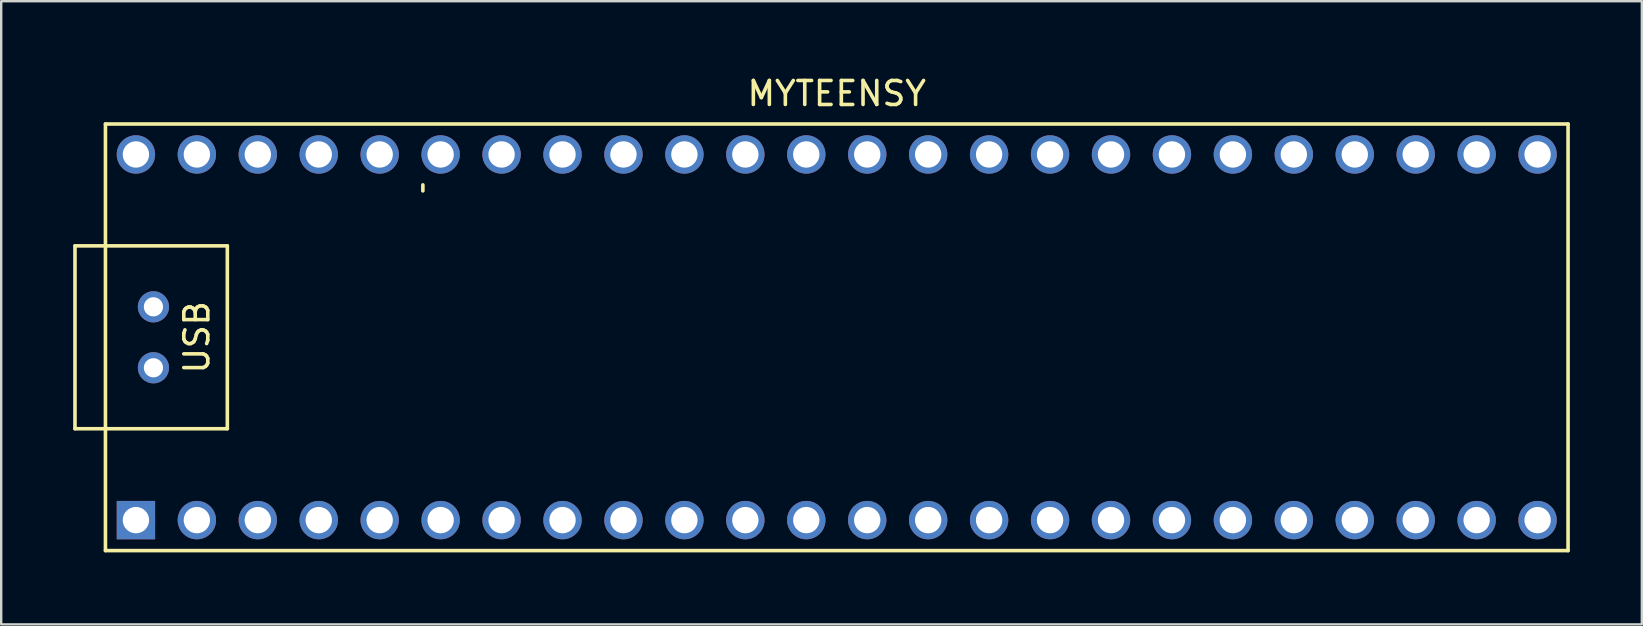
<source format=kicad_pcb>
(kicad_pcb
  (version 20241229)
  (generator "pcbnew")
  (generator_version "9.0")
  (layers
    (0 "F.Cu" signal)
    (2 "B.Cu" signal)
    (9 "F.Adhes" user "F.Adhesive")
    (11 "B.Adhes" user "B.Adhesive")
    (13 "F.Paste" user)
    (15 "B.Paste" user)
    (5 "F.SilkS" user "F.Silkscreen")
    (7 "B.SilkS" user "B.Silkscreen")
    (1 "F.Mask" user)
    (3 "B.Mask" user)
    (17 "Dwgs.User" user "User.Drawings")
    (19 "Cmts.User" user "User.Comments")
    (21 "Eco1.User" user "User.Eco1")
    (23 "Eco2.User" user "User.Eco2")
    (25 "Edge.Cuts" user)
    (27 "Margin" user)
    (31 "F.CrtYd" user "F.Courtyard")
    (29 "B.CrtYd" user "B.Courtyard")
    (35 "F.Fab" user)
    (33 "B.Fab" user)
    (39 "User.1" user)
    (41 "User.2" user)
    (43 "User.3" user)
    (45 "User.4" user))
  (footprint "MYTEENSY"
    (layer "F.Cu")
    (at 31.825 11.008)
    (property "Reference" "MYTEENSY" (at 0 -10.16 0) (layer "F.SilkS") (effects (font (size 1 1) (thickness 0.15))))
    (attr through_hole)
    (fp_line (start -31.75 -3.81) (end -30.48 -3.81) (stroke (width 0.15) (type solid)) (layer "F.SilkS"))
    (fp_line (start -31.75 3.81) (end -31.75 -3.81) (stroke (width 0.15) (type solid)) (layer "F.SilkS"))
    (fp_line (start -30.48 -8.89) (end 30.48 -8.89) (stroke (width 0.15) (type solid)) (layer "F.SilkS"))
    (fp_line (start -30.48 3.81) (end -31.75 3.81) (stroke (width 0.15) (type solid)) (layer "F.SilkS"))
    (fp_line (start -30.48 8.89) (end -30.48 -8.89) (stroke (width 0.15) (type solid)) (layer "F.SilkS"))
    (fp_line (start -25.4 -3.81) (end -30.48 -3.81) (stroke (width 0.15) (type solid)) (layer "F.SilkS"))
    (fp_line (start -25.4 3.81) (end -30.48 3.81) (stroke (width 0.15) (type solid)) (layer "F.SilkS"))
    (fp_line (start -25.4 3.81) (end -25.4 -3.81) (stroke (width 0.15) (type solid)) (layer "F.SilkS"))
    (fp_line (start -17.25 -6.352) (end -17.25 -6.102) (stroke (width 0.15) (type solid)) (layer "F.SilkS"))
    (fp_line (start 30.48 -8.89) (end 30.48 8.89) (stroke (width 0.15) (type solid)) (layer "F.SilkS"))
    (fp_line (start 30.48 8.89) (end -30.48 8.89) (stroke (width 0.15) (type solid)) (layer "F.SilkS"))
    (fp_text user "USB" (at -26.67 0 270) (layer "F.SilkS") (effects (font (size 1 1) (thickness 0.15))))
    (pad "1" thru_hole rect (at -29.21 7.62) (size 1.6 1.6) (drill 1.1) (layers "*.Cu" "*.Mask"))
    (pad "2" thru_hole circle (at -26.67 7.62) (size 1.6 1.6) (drill 1.1) (layers "*.Cu" "*.Mask"))
    (pad "3" thru_hole circle (at -24.13 7.62) (size 1.6 1.6) (drill 1.1) (layers "*.Cu" "*.Mask"))
    (pad "4" thru_hole circle (at -21.59 7.62) (size 1.6 1.6) (drill 1.1) (layers "*.Cu" "*.Mask"))
    (pad "5" thru_hole circle (at -19.05 7.62) (size 1.6 1.6) (drill 1.1) (layers "*.Cu" "*.Mask"))
    (pad "6" thru_hole circle (at -16.51 7.62) (size 1.6 1.6) (drill 1.1) (layers "*.Cu" "*.Mask"))
    (pad "7" thru_hole circle (at -13.97 7.62) (size 1.6 1.6) (drill 1.1) (layers "*.Cu" "*.Mask"))
    (pad "8" thru_hole circle (at -11.43 7.62) (size 1.6 1.6) (drill 1.1) (layers "*.Cu" "*.Mask"))
    (pad "9" thru_hole circle (at -8.89 7.62) (size 1.6 1.6) (drill 1.1) (layers "*.Cu" "*.Mask"))
    (pad "10" thru_hole circle (at -6.35 7.62) (size 1.6 1.6) (drill 1.1) (layers "*.Cu" "*.Mask"))
    (pad "11" thru_hole circle (at -3.81 7.62) (size 1.6 1.6) (drill 1.1) (layers "*.Cu" "*.Mask"))
    (pad "12" thru_hole circle (at -1.27 7.62) (size 1.6 1.6) (drill 1.1) (layers "*.Cu" "*.Mask"))
    (pad "13" thru_hole circle (at 1.27 7.62) (size 1.6 1.6) (drill 1.1) (layers "*.Cu" "*.Mask"))
    (pad "14" thru_hole circle (at 3.81 7.62) (size 1.6 1.6) (drill 1.1) (layers "*.Cu" "*.Mask"))
    (pad "15" thru_hole circle (at 6.35 7.62) (size 1.6 1.6) (drill 1.1) (layers "*.Cu" "*.Mask"))
    (pad "16" thru_hole circle (at 8.89 7.62) (size 1.6 1.6) (drill 1.1) (layers "*.Cu" "*.Mask"))
    (pad "17" thru_hole circle (at 11.43 7.62) (size 1.6 1.6) (drill 1.1) (layers "*.Cu" "*.Mask"))
    (pad "18" thru_hole circle (at 13.97 7.62) (size 1.6 1.6) (drill 1.1) (layers "*.Cu" "*.Mask"))
    (pad "19" thru_hole circle (at 16.51 7.62) (size 1.6 1.6) (drill 1.1) (layers "*.Cu" "*.Mask"))
    (pad "20" thru_hole circle (at 19.05 7.62) (size 1.6 1.6) (drill 1.1) (layers "*.Cu" "*.Mask"))
    (pad "21" thru_hole circle (at 21.59 7.62) (size 1.6 1.6) (drill 1.1) (layers "*.Cu" "*.Mask"))
    (pad "22" thru_hole circle (at 24.13 7.62) (size 1.6 1.6) (drill 1.1) (layers "*.Cu" "*.Mask"))
    (pad "23" thru_hole circle (at 26.67 7.62) (size 1.6 1.6) (drill 1.1) (layers "*.Cu" "*.Mask"))
    (pad "24" thru_hole circle (at 29.21 7.62) (size 1.6 1.6) (drill 1.1) (layers "*.Cu" "*.Mask"))
    (pad "25" thru_hole circle (at 29.21 -7.62) (size 1.6 1.6) (drill 1.1) (layers "*.Cu" "*.Mask"))
    (pad "26" thru_hole circle (at 26.67 -7.62) (size 1.6 1.6) (drill 1.1) (layers "*.Cu" "*.Mask"))
    (pad "27" thru_hole circle (at 24.13 -7.62) (size 1.6 1.6) (drill 1.1) (layers "*.Cu" "*.Mask"))
    (pad "28" thru_hole circle (at 21.59 -7.62) (size 1.6 1.6) (drill 1.1) (layers "*.Cu" "*.Mask"))
    (pad "29" thru_hole circle (at 19.05 -7.62) (size 1.6 1.6) (drill 1.1) (layers "*.Cu" "*.Mask"))
    (pad "30" thru_hole circle (at 16.51 -7.62) (size 1.6 1.6) (drill 1.1) (layers "*.Cu" "*.Mask"))
    (pad "31" thru_hole circle (at 13.97 -7.62) (size 1.6 1.6) (drill 1.1) (layers "*.Cu" "*.Mask"))
    (pad "32" thru_hole circle (at 11.43 -7.62) (size 1.6 1.6) (drill 1.1) (layers "*.Cu" "*.Mask"))
    (pad "33" thru_hole circle (at 8.89 -7.62) (size 1.6 1.6) (drill 1.1) (layers "*.Cu" "*.Mask"))
    (pad "34" thru_hole circle (at 6.35 -7.62) (size 1.6 1.6) (drill 1.1) (layers "*.Cu" "*.Mask"))
    (pad "35" thru_hole circle (at 3.81 -7.62) (size 1.6 1.6) (drill 1.1) (layers "*.Cu" "*.Mask"))
    (pad "36" thru_hole circle (at 1.27 -7.62) (size 1.6 1.6) (drill 1.1) (layers "*.Cu" "*.Mask"))
    (pad "37" thru_hole circle (at -1.27 -7.62) (size 1.6 1.6) (drill 1.1) (layers "*.Cu" "*.Mask"))
    (pad "38" thru_hole circle (at -3.81 -7.62) (size 1.6 1.6) (drill 1.1) (layers "*.Cu" "*.Mask"))
    (pad "39" thru_hole circle (at -6.35 -7.62) (size 1.6 1.6) (drill 1.1) (layers "*.Cu" "*.Mask"))
    (pad "40" thru_hole circle (at -8.89 -7.62) (size 1.6 1.6) (drill 1.1) (layers "*.Cu" "*.Mask"))
    (pad "41" thru_hole circle (at -11.43 -7.62) (size 1.6 1.6) (drill 1.1) (layers "*.Cu" "*.Mask"))
    (pad "42" thru_hole circle (at -13.97 -7.62) (size 1.6 1.6) (drill 1.1) (layers "*.Cu" "*.Mask"))
    (pad "43" thru_hole circle (at -16.51 -7.62) (size 1.6 1.6) (drill 1.1) (layers "*.Cu" "*.Mask"))
    (pad "44" thru_hole circle (at -19.05 -7.62) (size 1.6 1.6) (drill 1.1) (layers "*.Cu" "*.Mask"))
    (pad "45" thru_hole circle (at -21.59 -7.62) (size 1.6 1.6) (drill 1.1) (layers "*.Cu" "*.Mask"))
    (pad "46" thru_hole circle (at -24.13 -7.62) (size 1.6 1.6) (drill 1.1) (layers "*.Cu" "*.Mask"))
    (pad "47" thru_hole circle (at -26.67 -7.62) (size 1.6 1.6) (drill 1.1) (layers "*.Cu" "*.Mask"))
    (pad "48" thru_hole circle (at -29.21 -7.62) (size 1.6 1.6) (drill 1.1) (layers "*.Cu" "*.Mask"))
    (pad "66" thru_hole circle (at -28.48 -1.27) (size 1.3 1.3) (drill 0.8) (layers "*.Cu" "*.Mask"))
    (pad "67" thru_hole circle (at -28.48 1.27) (size 1.3 1.3) (drill 0.8) (layers "*.Cu" "*.Mask")))
  (gr_rect
    (start -3 -3)
    (end 65.38 22.973)
    (stroke (width 0.1) (type default))
    (fill no)
    (layer "Edge.Cuts")))
</source>
